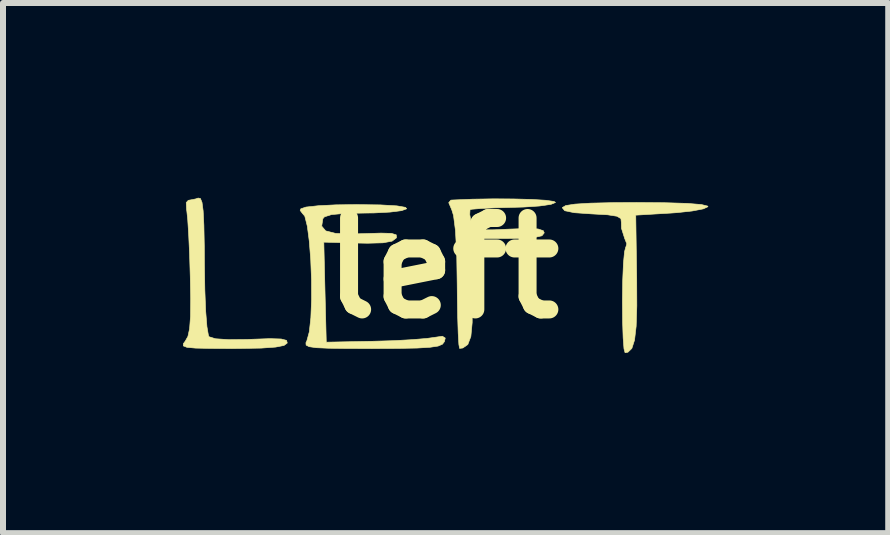
<source format=kicad_pcb>
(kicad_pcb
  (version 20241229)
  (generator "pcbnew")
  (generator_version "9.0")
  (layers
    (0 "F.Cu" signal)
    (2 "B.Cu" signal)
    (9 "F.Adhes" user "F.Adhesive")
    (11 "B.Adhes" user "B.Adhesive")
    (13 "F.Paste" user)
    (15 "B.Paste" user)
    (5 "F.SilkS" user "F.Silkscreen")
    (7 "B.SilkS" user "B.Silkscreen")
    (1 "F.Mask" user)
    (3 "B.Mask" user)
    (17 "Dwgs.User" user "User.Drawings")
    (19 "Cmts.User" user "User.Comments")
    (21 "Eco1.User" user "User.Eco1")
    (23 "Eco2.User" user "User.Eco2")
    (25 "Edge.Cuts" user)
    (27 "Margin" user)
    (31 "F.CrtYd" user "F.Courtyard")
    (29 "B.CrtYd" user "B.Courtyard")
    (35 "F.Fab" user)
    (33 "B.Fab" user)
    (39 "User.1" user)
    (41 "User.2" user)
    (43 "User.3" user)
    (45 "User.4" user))
  (footprint "left"
    (layer "F.Cu")
    (at 4.328 1.418)
    (property "Reference" "left" (at 0 0 0) (layer "F.SilkS") (effects (font (size 1.524 1.524) (thickness 0.3))))
    (attr through_hole)
    (fp_poly (pts (xy -4.038 -1.16) (xy -4.011 -1.095) (xy -3.992 -0.953) (xy -3.98 -0.717) (xy -3.973 -0.37) (xy -3.971 -0.066) (xy -3.964 0.363) (xy -3.95 0.717) (xy -3.929 0.977) (xy -3.904 1.123) (xy -3.893 1.145) (xy -3.786 1.178) (xy -3.566 1.193) (xy -3.259 1.19) (xy -3.188 1.187) (xy -2.88 1.176) (xy -2.691 1.182) (xy -2.602 1.205) (xy -2.59 1.249) (xy -2.59 1.249) (xy -2.645 1.29) (xy -2.785 1.317) (xy -3.026 1.334) (xy -3.386 1.34) (xy -3.511 1.341) (xy -3.876 1.339) (xy -4.119 1.334) (xy -4.262 1.321) (xy -4.323 1.297) (xy -4.322 1.26) (xy -4.29 1.217) (xy -4.246 1.139) (xy -4.218 1.01) (xy -4.203 0.809) (xy -4.2 0.51) (xy -4.207 0.141) (xy -4.218 -0.225) (xy -4.233 -0.551) (xy -4.249 -0.805) (xy -4.265 -0.956) (xy -4.268 -0.97) (xy -4.274 -1.092) (xy -4.24 -1.129) (xy -4.119 -1.152) (xy -4.076 -1.167) (xy -4.038 -1.16)) (stroke (width 0.01) (type solid)) (fill yes) (layer "F.SilkS"))
    (fp_poly (pts (xy 3.714 -1.089) (xy 4.075 -1.078) (xy 4.312 -1.059) (xy 4.417 -1.033) (xy 4.422 -1.023) (xy 4.345 -0.987) (xy 4.163 -0.952) (xy 3.907 -0.924) (xy 3.808 -0.917) (xy 3.218 -0.882) (xy 3.234 0.167) (xy 3.236 0.63) (xy 3.225 0.969) (xy 3.198 1.2) (xy 3.153 1.339) (xy 3.088 1.402) (xy 3.04 1.411) (xy 3.022 1.345) (xy 3.008 1.165) (xy 2.999 0.896) (xy 2.996 0.567) (xy 2.996 0.529) (xy 3.001 0.195) (xy 3.013 -0.081) (xy 3.031 -0.272) (xy 3.052 -0.352) (xy 3.054 -0.353) (xy 3.069 -0.404) (xy 3.033 -0.495) (xy 2.98 -0.663) (xy 2.978 -0.759) (xy 2.971 -0.824) (xy 2.904 -0.864) (xy 2.75 -0.888) (xy 2.483 -0.903) (xy 2.482 -0.903) (xy 2.193 -0.923) (xy 2.034 -0.956) (xy 1.993 -1.006) (xy 1.994 -1.008) (xy 2.051 -1.042) (xy 2.204 -1.066) (xy 2.464 -1.082) (xy 2.844 -1.091) (xy 3.234 -1.093) (xy 3.714 -1.089)) (stroke (width 0.01) (type solid)) (fill yes) (layer "F.SilkS"))
    (fp_poly (pts (xy 1.185 -1.152) (xy 1.485 -1.144) (xy 1.718 -1.13) (xy 1.856 -1.11) (xy 1.881 -1.094) (xy 1.805 -1.062) (xy 1.617 -1.035) (xy 1.348 -1.017) (xy 1.17 -1.012) (xy 0.874 -1.004) (xy 0.637 -0.993) (xy 0.488 -0.981) (xy 0.456 -0.973) (xy 0.451 -0.893) (xy 0.472 -0.782) (xy 0.5 -0.703) (xy 0.553 -0.656) (xy 0.662 -0.637) (xy 0.856 -0.638) (xy 1.104 -0.649) (xy 1.405 -0.66) (xy 1.589 -0.652) (xy 1.677 -0.623) (xy 1.693 -0.587) (xy 1.655 -0.539) (xy 1.527 -0.509) (xy 1.289 -0.496) (xy 1.094 -0.494) (xy 0.494 -0.494) (xy 0.487 -0.3) (xy 0.486 -0.144) (xy 0.487 0.11) (xy 0.491 0.416) (xy 0.493 0.557) (xy 0.492 0.908) (xy 0.47 1.14) (xy 0.419 1.274) (xy 0.336 1.332) (xy 0.282 1.339) (xy 0.27 1.273) (xy 0.259 1.09) (xy 0.25 0.814) (xy 0.244 0.469) (xy 0.242 0.264) (xy 0.234 -0.244) (xy 0.213 -0.626) (xy 0.181 -0.876) (xy 0.152 -0.97) (xy 0.101 -1.09) (xy 0.136 -1.132) (xy 0.156 -1.134) (xy 0.493 -1.148) (xy 0.845 -1.154) (xy 1.185 -1.152)) (stroke (width 0.01) (type solid)) (fill yes) (layer "F.SilkS"))
    (fp_poly (pts (xy -1.039 -1.053) (xy -0.764 -1.037) (xy -0.619 -1.012) (xy -0.6 -0.988) (xy -0.685 -0.957) (xy -0.878 -0.933) (xy -1.145 -0.919) (xy -1.302 -0.917) (xy -1.64 -0.911) (xy -1.856 -0.891) (xy -1.97 -0.854) (xy -1.997 -0.823) (xy -2.016 -0.699) (xy -1.95 -0.62) (xy -1.784 -0.578) (xy -1.502 -0.569) (xy -1.32 -0.574) (xy -1.027 -0.583) (xy -0.852 -0.578) (xy -0.774 -0.554) (xy -0.769 -0.511) (xy -0.774 -0.501) (xy -0.843 -0.449) (xy -0.995 -0.421) (xy -1.253 -0.414) (xy -1.405 -0.417) (xy -1.981 -0.432) (xy -1.961 0.401) (xy -1.94 1.235) (xy -1.164 1.22) (xy -0.821 1.21) (xy -0.508 1.193) (xy -0.266 1.173) (xy -0.157 1.158) (xy -0.005 1.136) (xy 0.043 1.166) (xy 0.029 1.226) (xy -0.004 1.269) (xy -0.076 1.3) (xy -0.21 1.32) (xy -0.423 1.333) (xy -0.738 1.339) (xy -1.174 1.341) (xy -1.174 1.341) (xy -1.602 1.34) (xy -1.907 1.336) (xy -2.109 1.327) (xy -2.226 1.31) (xy -2.276 1.284) (xy -2.279 1.245) (xy -2.263 1.21) (xy -2.223 1.064) (xy -2.197 0.826) (xy -2.185 0.527) (xy -2.186 0.196) (xy -2.199 -0.138) (xy -2.223 -0.446) (xy -2.256 -0.698) (xy -2.298 -0.865) (xy -2.342 -0.917) (xy -2.375 -0.961) (xy -2.364 -0.988) (xy -2.278 -1.017) (xy -2.074 -1.039) (xy -1.778 -1.054) (xy -1.438 -1.058) (xy -1.039 -1.053)) (stroke (width 0.01) (type solid)) (fill yes) (layer "F.SilkS")))
  (gr_rect
    (start -3 -3)
    (end 11.754 5.836)
    (stroke (width 0.1) (type default))
    (fill no)
    (layer "Edge.Cuts")))
</source>
